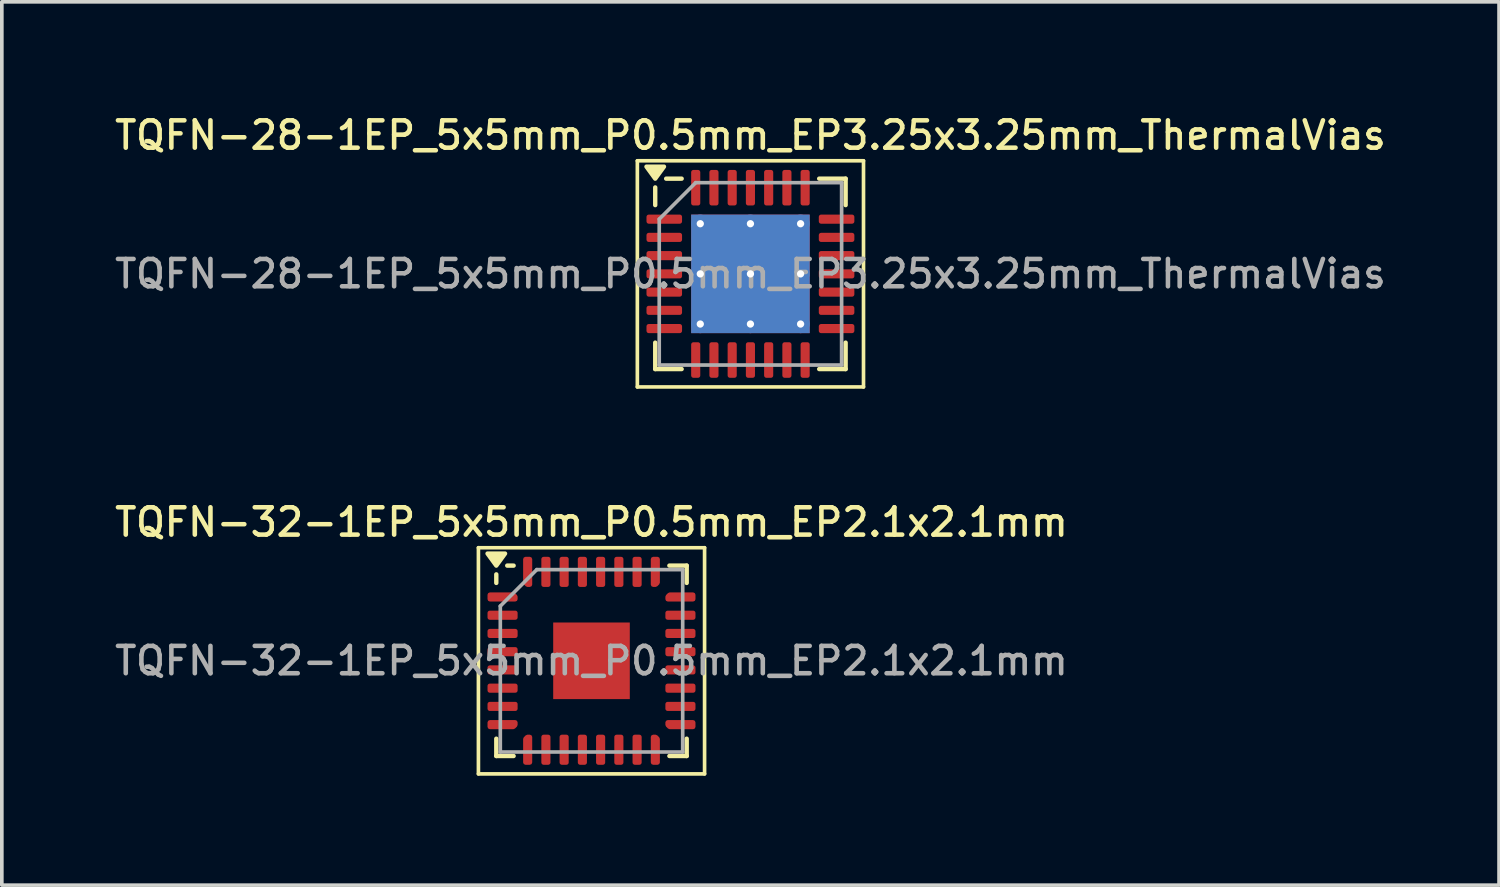
<source format=kicad_pcb>
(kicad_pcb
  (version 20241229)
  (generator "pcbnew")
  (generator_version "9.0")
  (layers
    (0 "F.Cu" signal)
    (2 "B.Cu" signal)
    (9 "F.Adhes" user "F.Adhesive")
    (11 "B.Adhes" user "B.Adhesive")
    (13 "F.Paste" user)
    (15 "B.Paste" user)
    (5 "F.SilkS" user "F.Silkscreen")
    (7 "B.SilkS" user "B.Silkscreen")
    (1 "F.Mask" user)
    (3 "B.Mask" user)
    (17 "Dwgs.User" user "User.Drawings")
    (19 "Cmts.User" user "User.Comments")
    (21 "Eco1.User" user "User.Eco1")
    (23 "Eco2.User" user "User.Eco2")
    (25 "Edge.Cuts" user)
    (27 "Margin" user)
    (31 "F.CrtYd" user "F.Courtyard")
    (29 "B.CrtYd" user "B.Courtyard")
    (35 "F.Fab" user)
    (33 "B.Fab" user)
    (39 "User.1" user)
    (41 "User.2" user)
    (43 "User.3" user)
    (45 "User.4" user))
  (footprint "TQFN-28-1EP_5x5mm_P0.5mm_EP3.25x3.25mm_ThermalVias"
    (layer "F.Cu")
    (at 17.523 4.458)
    (property "Reference" "TQFN-28-1EP_5x5mm_P0.5mm_EP3.25x3.25mm_ThermalVias" (at 0 -3.8 0) (layer "F.SilkS") (effects (font (size 0.75 0.75) (thickness 0.125))))
    (attr smd)
    (fp_line (start -3.1 -3.1) (end -3.1 3.1) (stroke (width 0.1) (type solid)) (layer "F.SilkS"))
    (fp_line (start -3.1 3.1) (end 3.1 3.1) (stroke (width 0.1) (type solid)) (layer "F.SilkS"))
    (fp_line (start -2.61 -1.885) (end -2.61 -2.37) (stroke (width 0.12) (type solid)) (layer "F.SilkS"))
    (fp_line (start -2.61 2.61) (end -2.61 1.885) (stroke (width 0.12) (type solid)) (layer "F.SilkS"))
    (fp_line (start -1.885 -2.61) (end -2.31 -2.61) (stroke (width 0.12) (type solid)) (layer "F.SilkS"))
    (fp_line (start -1.885 2.61) (end -2.61 2.61) (stroke (width 0.12) (type solid)) (layer "F.SilkS"))
    (fp_line (start 1.885 -2.61) (end 2.61 -2.61) (stroke (width 0.12) (type solid)) (layer "F.SilkS"))
    (fp_line (start 1.885 2.61) (end 2.61 2.61) (stroke (width 0.12) (type solid)) (layer "F.SilkS"))
    (fp_line (start 2.61 -2.61) (end 2.61 -1.885) (stroke (width 0.12) (type solid)) (layer "F.SilkS"))
    (fp_line (start 2.61 2.61) (end 2.61 1.885) (stroke (width 0.12) (type solid)) (layer "F.SilkS"))
    (fp_line (start 3.1 -3.1) (end -3.1 -3.1) (stroke (width 0.1) (type solid)) (layer "F.SilkS"))
    (fp_line (start 3.1 3.1) (end 3.1 -3.1) (stroke (width 0.1) (type solid)) (layer "F.SilkS"))
    (fp_poly (pts (xy -2.61 -2.61) (xy -2.85 -2.94) (xy -2.37 -2.94) (xy -2.61 -2.61)) (stroke (width 0.12) (type solid)) (fill yes) (layer "F.SilkS"))
    (fp_line (start -2.5 -1.5) (end -1.5 -2.5) (stroke (width 0.1) (type solid)) (layer "F.Fab"))
    (fp_line (start -2.5 2.5) (end -2.5 -1.5) (stroke (width 0.1) (type solid)) (layer "F.Fab"))
    (fp_line (start -1.5 -2.5) (end 2.5 -2.5) (stroke (width 0.1) (type solid)) (layer "F.Fab"))
    (fp_line (start 2.5 -2.5) (end 2.5 2.5) (stroke (width 0.1) (type solid)) (layer "F.Fab"))
    (fp_line (start 2.5 2.5) (end -2.5 2.5) (stroke (width 0.1) (type solid)) (layer "F.Fab"))
    (fp_text user "${REFERENCE}" (at 0 0 0) (layer "F.Fab") (effects (font (size 0.75 0.75) (thickness 0.125))))
    (pad "" smd roundrect (at -0.81 -0.81) (size 1.41 1.41) (layers "F.Paste") (roundrect_rratio 0.177))
    (pad "" smd roundrect (at -0.81 0.81) (size 1.41 1.41) (layers "F.Paste") (roundrect_rratio 0.177))
    (pad "" smd roundrect (at 0.81 -0.81) (size 1.41 1.41) (layers "F.Paste") (roundrect_rratio 0.177))
    (pad "" smd roundrect (at 0.81 0.81) (size 1.41 1.41) (layers "F.Paste") (roundrect_rratio 0.177))
    (pad "1" smd roundrect (at -2.362 -1.5) (size 0.975 0.25) (layers "F.Cu" "F.Mask" "F.Paste") (roundrect_rratio 0.25))
    (pad "2" smd roundrect (at -2.362 -1) (size 0.975 0.25) (layers "F.Cu" "F.Mask" "F.Paste") (roundrect_rratio 0.25))
    (pad "3" smd roundrect (at -2.362 -0.5) (size 0.975 0.25) (layers "F.Cu" "F.Mask" "F.Paste") (roundrect_rratio 0.25))
    (pad "4" smd roundrect (at -2.362 0) (size 0.975 0.25) (layers "F.Cu" "F.Mask" "F.Paste") (roundrect_rratio 0.25))
    (pad "5" smd roundrect (at -2.362 0.5) (size 0.975 0.25) (layers "F.Cu" "F.Mask" "F.Paste") (roundrect_rratio 0.25))
    (pad "6" smd roundrect (at -2.362 1) (size 0.975 0.25) (layers "F.Cu" "F.Mask" "F.Paste") (roundrect_rratio 0.25))
    (pad "7" smd roundrect (at -2.362 1.5) (size 0.975 0.25) (layers "F.Cu" "F.Mask" "F.Paste") (roundrect_rratio 0.25))
    (pad "8" smd roundrect (at -1.5 2.362) (size 0.25 0.975) (layers "F.Cu" "F.Mask" "F.Paste") (roundrect_rratio 0.25))
    (pad "9" smd roundrect (at -1 2.362) (size 0.25 0.975) (layers "F.Cu" "F.Mask" "F.Paste") (roundrect_rratio 0.25))
    (pad "10" smd roundrect (at -0.5 2.362) (size 0.25 0.975) (layers "F.Cu" "F.Mask" "F.Paste") (roundrect_rratio 0.25))
    (pad "11" smd roundrect (at 0 2.362) (size 0.25 0.975) (layers "F.Cu" "F.Mask" "F.Paste") (roundrect_rratio 0.25))
    (pad "12" smd roundrect (at 0.5 2.362) (size 0.25 0.975) (layers "F.Cu" "F.Mask" "F.Paste") (roundrect_rratio 0.25))
    (pad "13" smd roundrect (at 1 2.362) (size 0.25 0.975) (layers "F.Cu" "F.Mask" "F.Paste") (roundrect_rratio 0.25))
    (pad "14" smd roundrect (at 1.5 2.362) (size 0.25 0.975) (layers "F.Cu" "F.Mask" "F.Paste") (roundrect_rratio 0.25))
    (pad "15" smd roundrect (at 2.362 1.5) (size 0.975 0.25) (layers "F.Cu" "F.Mask" "F.Paste") (roundrect_rratio 0.25))
    (pad "16" smd roundrect (at 2.362 1) (size 0.975 0.25) (layers "F.Cu" "F.Mask" "F.Paste") (roundrect_rratio 0.25))
    (pad "17" smd roundrect (at 2.362 0.5) (size 0.975 0.25) (layers "F.Cu" "F.Mask" "F.Paste") (roundrect_rratio 0.25))
    (pad "18" smd roundrect (at 2.362 0) (size 0.975 0.25) (layers "F.Cu" "F.Mask" "F.Paste") (roundrect_rratio 0.25))
    (pad "19" smd roundrect (at 2.362 -0.5) (size 0.975 0.25) (layers "F.Cu" "F.Mask" "F.Paste") (roundrect_rratio 0.25))
    (pad "20" smd roundrect (at 2.362 -1) (size 0.975 0.25) (layers "F.Cu" "F.Mask" "F.Paste") (roundrect_rratio 0.25))
    (pad "21" smd roundrect (at 2.362 -1.5) (size 0.975 0.25) (layers "F.Cu" "F.Mask" "F.Paste") (roundrect_rratio 0.25))
    (pad "22" smd roundrect (at 1.5 -2.362) (size 0.25 0.975) (layers "F.Cu" "F.Mask" "F.Paste") (roundrect_rratio 0.25))
    (pad "23" smd roundrect (at 1 -2.362) (size 0.25 0.975) (layers "F.Cu" "F.Mask" "F.Paste") (roundrect_rratio 0.25))
    (pad "24" smd roundrect (at 0.5 -2.362) (size 0.25 0.975) (layers "F.Cu" "F.Mask" "F.Paste") (roundrect_rratio 0.25))
    (pad "25" smd roundrect (at 0 -2.362) (size 0.25 0.975) (layers "F.Cu" "F.Mask" "F.Paste") (roundrect_rratio 0.25))
    (pad "26" smd roundrect (at -0.5 -2.362) (size 0.25 0.975) (layers "F.Cu" "F.Mask" "F.Paste") (roundrect_rratio 0.25))
    (pad "27" smd roundrect (at -1 -2.362) (size 0.25 0.975) (layers "F.Cu" "F.Mask" "F.Paste") (roundrect_rratio 0.25))
    (pad "28" smd roundrect (at -1.5 -2.362) (size 0.25 0.975) (layers "F.Cu" "F.Mask" "F.Paste") (roundrect_rratio 0.25))
    (pad "29" thru_hole circle (at -1.375 -1.375) (size 0.5 0.5) (drill 0.2) (property pad_prop_heatsink) (layers "*.Cu"))
    (pad "29" thru_hole circle (at -1.375 0) (size 0.5 0.5) (drill 0.2) (property pad_prop_heatsink) (layers "*.Cu"))
    (pad "29" thru_hole circle (at -1.375 1.375) (size 0.5 0.5) (drill 0.2) (property pad_prop_heatsink) (layers "*.Cu"))
    (pad "29" thru_hole circle (at 0 -1.375) (size 0.5 0.5) (drill 0.2) (property pad_prop_heatsink) (layers "*.Cu"))
    (pad "29" thru_hole circle (at 0 0) (size 0.5 0.5) (drill 0.2) (property pad_prop_heatsink) (layers "*.Cu"))
    (pad "29" smd rect (at 0 0) (size 3.25 3.25) (property pad_prop_heatsink) (layers "F.Cu" "F.Mask"))
    (pad "29" smd rect (at 0 0) (size 3.25 3.25) (property pad_prop_heatsink) (layers "B.Cu"))
    (pad "29" thru_hole circle (at 0 1.375) (size 0.5 0.5) (drill 0.2) (property pad_prop_heatsink) (layers "*.Cu"))
    (pad "29" thru_hole circle (at 1.375 -1.375) (size 0.5 0.5) (drill 0.2) (property pad_prop_heatsink) (layers "*.Cu"))
    (pad "29" thru_hole circle (at 1.375 0) (size 0.5 0.5) (drill 0.2) (property pad_prop_heatsink) (layers "*.Cu"))
    (pad "29" thru_hole circle (at 1.375 1.375) (size 0.5 0.5) (drill 0.2) (property pad_prop_heatsink) (layers "*.Cu")))
  (footprint "TQFN-32-1EP_5x5mm_P0.5mm_EP2.1x2.1mm"
    (layer "F.Cu")
    (at 13.166 15.066)
    (property "Reference" "TQFN-32-1EP_5x5mm_P0.5mm_EP2.1x2.1mm" (at 0 -3.8 0) (layer "F.SilkS") (effects (font (size 0.75 0.75) (thickness 0.125))))
    (attr smd)
    (fp_line (start -3.1 -3.1) (end -3.1 3.1) (stroke (width 0.1) (type solid)) (layer "F.SilkS"))
    (fp_line (start -3.1 3.1) (end 3.1 3.1) (stroke (width 0.1) (type solid)) (layer "F.SilkS"))
    (fp_line (start -2.61 -2.135) (end -2.61 -2.37) (stroke (width 0.12) (type solid)) (layer "F.SilkS"))
    (fp_line (start -2.61 2.61) (end -2.61 2.135) (stroke (width 0.12) (type solid)) (layer "F.SilkS"))
    (fp_line (start -2.135 -2.61) (end -2.31 -2.61) (stroke (width 0.12) (type solid)) (layer "F.SilkS"))
    (fp_line (start -2.135 2.61) (end -2.61 2.61) (stroke (width 0.12) (type solid)) (layer "F.SilkS"))
    (fp_line (start 2.135 -2.61) (end 2.61 -2.61) (stroke (width 0.12) (type solid)) (layer "F.SilkS"))
    (fp_line (start 2.135 2.61) (end 2.61 2.61) (stroke (width 0.12) (type solid)) (layer "F.SilkS"))
    (fp_line (start 2.61 -2.61) (end 2.61 -2.135) (stroke (width 0.12) (type solid)) (layer "F.SilkS"))
    (fp_line (start 2.61 2.61) (end 2.61 2.135) (stroke (width 0.12) (type solid)) (layer "F.SilkS"))
    (fp_line (start 3.1 -3.1) (end -3.1 -3.1) (stroke (width 0.1) (type solid)) (layer "F.SilkS"))
    (fp_line (start 3.1 3.1) (end 3.1 -3.1) (stroke (width 0.1) (type solid)) (layer "F.SilkS"))
    (fp_poly (pts (xy -2.61 -2.61) (xy -2.85 -2.94) (xy -2.37 -2.94) (xy -2.61 -2.61)) (stroke (width 0.12) (type solid)) (fill yes) (layer "F.SilkS"))
    (fp_line (start -2.5 -1.5) (end -1.5 -2.5) (stroke (width 0.1) (type solid)) (layer "F.Fab"))
    (fp_line (start -2.5 2.5) (end -2.5 -1.5) (stroke (width 0.1) (type solid)) (layer "F.Fab"))
    (fp_line (start -1.5 -2.5) (end 2.5 -2.5) (stroke (width 0.1) (type solid)) (layer "F.Fab"))
    (fp_line (start 2.5 -2.5) (end 2.5 2.5) (stroke (width 0.1) (type solid)) (layer "F.Fab"))
    (fp_line (start 2.5 2.5) (end -2.5 2.5) (stroke (width 0.1) (type solid)) (layer "F.Fab"))
    (fp_text user "${REFERENCE}" (at 0 0 0) (layer "F.Fab") (effects (font (size 0.75 0.75) (thickness 0.125))))
    (pad "" smd roundrect (at -0.525 -0.525) (size 0.85 0.85) (layers "F.Paste") (roundrect_rratio 0.25))
    (pad "" smd roundrect (at -0.525 0.525) (size 0.85 0.85) (layers "F.Paste") (roundrect_rratio 0.25))
    (pad "" smd roundrect (at 0.525 -0.525) (size 0.85 0.85) (layers "F.Paste") (roundrect_rratio 0.25))
    (pad "" smd roundrect (at 0.525 0.525) (size 0.85 0.85) (layers "F.Paste") (roundrect_rratio 0.25))
    (pad "1" smd custom (at -2.438 -1.75) (size 0.186 0.186) (layers "F.Cu" "F.Mask" "F.Paste") (options (anchor circle)) (primitives (gr_poly (pts (xy -0.35 -0.062) (xy 0.297 -0.062) (xy 0.35 -0.009) (xy 0.35 0.062) (xy -0.35 0.062)) (width 0.125) (fill yes))))
    (pad "2" smd roundrect (at -2.438 -1.25) (size 0.825 0.25) (layers "F.Cu" "F.Mask" "F.Paste") (roundrect_rratio 0.25))
    (pad "3" smd roundrect (at -2.438 -0.75) (size 0.825 0.25) (layers "F.Cu" "F.Mask" "F.Paste") (roundrect_rratio 0.25))
    (pad "4" smd roundrect (at -2.438 -0.25) (size 0.825 0.25) (layers "F.Cu" "F.Mask" "F.Paste") (roundrect_rratio 0.25))
    (pad "5" smd roundrect (at -2.438 0.25) (size 0.825 0.25) (layers "F.Cu" "F.Mask" "F.Paste") (roundrect_rratio 0.25))
    (pad "6" smd roundrect (at -2.438 0.75) (size 0.825 0.25) (layers "F.Cu" "F.Mask" "F.Paste") (roundrect_rratio 0.25))
    (pad "7" smd roundrect (at -2.438 1.25) (size 0.825 0.25) (layers "F.Cu" "F.Mask" "F.Paste") (roundrect_rratio 0.25))
    (pad "8" smd custom (at -2.438 1.75) (size 0.186 0.186) (layers "F.Cu" "F.Mask" "F.Paste") (options (anchor circle)) (primitives (gr_poly (pts (xy -0.35 -0.062) (xy 0.35 -0.062) (xy 0.35 0.009) (xy 0.297 0.062) (xy -0.35 0.062)) (width 0.125) (fill yes))))
    (pad "9" smd custom (at -1.75 2.438) (size 0.186 0.186) (layers "F.Cu" "F.Mask" "F.Paste") (options (anchor circle)) (primitives (gr_poly (pts (xy -0.062 -0.297) (xy -0.009 -0.35) (xy 0.062 -0.35) (xy 0.062 0.35) (xy -0.062 0.35)) (width 0.125) (fill yes))))
    (pad "10" smd roundrect (at -1.25 2.438) (size 0.25 0.825) (layers "F.Cu" "F.Mask" "F.Paste") (roundrect_rratio 0.25))
    (pad "11" smd roundrect (at -0.75 2.438) (size 0.25 0.825) (layers "F.Cu" "F.Mask" "F.Paste") (roundrect_rratio 0.25))
    (pad "12" smd roundrect (at -0.25 2.438) (size 0.25 0.825) (layers "F.Cu" "F.Mask" "F.Paste") (roundrect_rratio 0.25))
    (pad "13" smd roundrect (at 0.25 2.438) (size 0.25 0.825) (layers "F.Cu" "F.Mask" "F.Paste") (roundrect_rratio 0.25))
    (pad "14" smd roundrect (at 0.75 2.438) (size 0.25 0.825) (layers "F.Cu" "F.Mask" "F.Paste") (roundrect_rratio 0.25))
    (pad "15" smd roundrect (at 1.25 2.438) (size 0.25 0.825) (layers "F.Cu" "F.Mask" "F.Paste") (roundrect_rratio 0.25))
    (pad "16" smd custom (at 1.75 2.438) (size 0.186 0.186) (layers "F.Cu" "F.Mask" "F.Paste") (options (anchor circle)) (primitives (gr_poly (pts (xy -0.062 -0.35) (xy 0.009 -0.35) (xy 0.062 -0.297) (xy 0.062 0.35) (xy -0.062 0.35)) (width 0.125) (fill yes))))
    (pad "17" smd custom (at 2.438 1.75) (size 0.186 0.186) (layers "F.Cu" "F.Mask" "F.Paste") (options (anchor circle)) (primitives (gr_poly (pts (xy -0.35 -0.062) (xy 0.35 -0.062) (xy 0.35 0.062) (xy -0.297 0.062) (xy -0.35 0.009)) (width 0.125) (fill yes))))
    (pad "18" smd roundrect (at 2.438 1.25) (size 0.825 0.25) (layers "F.Cu" "F.Mask" "F.Paste") (roundrect_rratio 0.25))
    (pad "19" smd roundrect (at 2.438 0.75) (size 0.825 0.25) (layers "F.Cu" "F.Mask" "F.Paste") (roundrect_rratio 0.25))
    (pad "20" smd roundrect (at 2.438 0.25) (size 0.825 0.25) (layers "F.Cu" "F.Mask" "F.Paste") (roundrect_rratio 0.25))
    (pad "21" smd roundrect (at 2.438 -0.25) (size 0.825 0.25) (layers "F.Cu" "F.Mask" "F.Paste") (roundrect_rratio 0.25))
    (pad "22" smd roundrect (at 2.438 -0.75) (size 0.825 0.25) (layers "F.Cu" "F.Mask" "F.Paste") (roundrect_rratio 0.25))
    (pad "23" smd roundrect (at 2.438 -1.25) (size 0.825 0.25) (layers "F.Cu" "F.Mask" "F.Paste") (roundrect_rratio 0.25))
    (pad "24" smd custom (at 2.438 -1.75) (size 0.186 0.186) (layers "F.Cu" "F.Mask" "F.Paste") (options (anchor circle)) (primitives (gr_poly (pts (xy -0.35 -0.009) (xy -0.297 -0.062) (xy 0.35 -0.062) (xy 0.35 0.062) (xy -0.35 0.062)) (width 0.125) (fill yes))))
    (pad "25" smd custom (at 1.75 -2.438) (size 0.186 0.186) (layers "F.Cu" "F.Mask" "F.Paste") (options (anchor circle)) (primitives (gr_poly (pts (xy -0.062 -0.35) (xy 0.062 -0.35) (xy 0.062 0.297) (xy 0.009 0.35) (xy -0.062 0.35)) (width 0.125) (fill yes))))
    (pad "26" smd roundrect (at 1.25 -2.438) (size 0.25 0.825) (layers "F.Cu" "F.Mask" "F.Paste") (roundrect_rratio 0.25))
    (pad "27" smd roundrect (at 0.75 -2.438) (size 0.25 0.825) (layers "F.Cu" "F.Mask" "F.Paste") (roundrect_rratio 0.25))
    (pad "28" smd roundrect (at 0.25 -2.438) (size 0.25 0.825) (layers "F.Cu" "F.Mask" "F.Paste") (roundrect_rratio 0.25))
    (pad "29" smd roundrect (at -0.25 -2.438) (size 0.25 0.825) (layers "F.Cu" "F.Mask" "F.Paste") (roundrect_rratio 0.25))
    (pad "30" smd roundrect (at -0.75 -2.438) (size 0.25 0.825) (layers "F.Cu" "F.Mask" "F.Paste") (roundrect_rratio 0.25))
    (pad "31" smd roundrect (at -1.25 -2.438) (size 0.25 0.825) (layers "F.Cu" "F.Mask" "F.Paste") (roundrect_rratio 0.25))
    (pad "32" smd custom (at -1.75 -2.438) (size 0.186 0.186) (layers "F.Cu" "F.Mask" "F.Paste") (options (anchor circle)) (primitives (gr_poly (pts (xy -0.062 -0.35) (xy 0.062 -0.35) (xy 0.062 0.35) (xy -0.009 0.35) (xy -0.062 0.297)) (width 0.125) (fill yes))))
    (pad "33" smd rect (at 0 0) (size 2.1 2.1) (property pad_prop_heatsink) (layers "F.Cu" "F.Mask")))
  (gr_rect
    (start -3 -3)
    (end 38.046 21.216)
    (stroke (width 0.1) (type default))
    (fill no)
    (layer "Edge.Cuts")))
</source>
